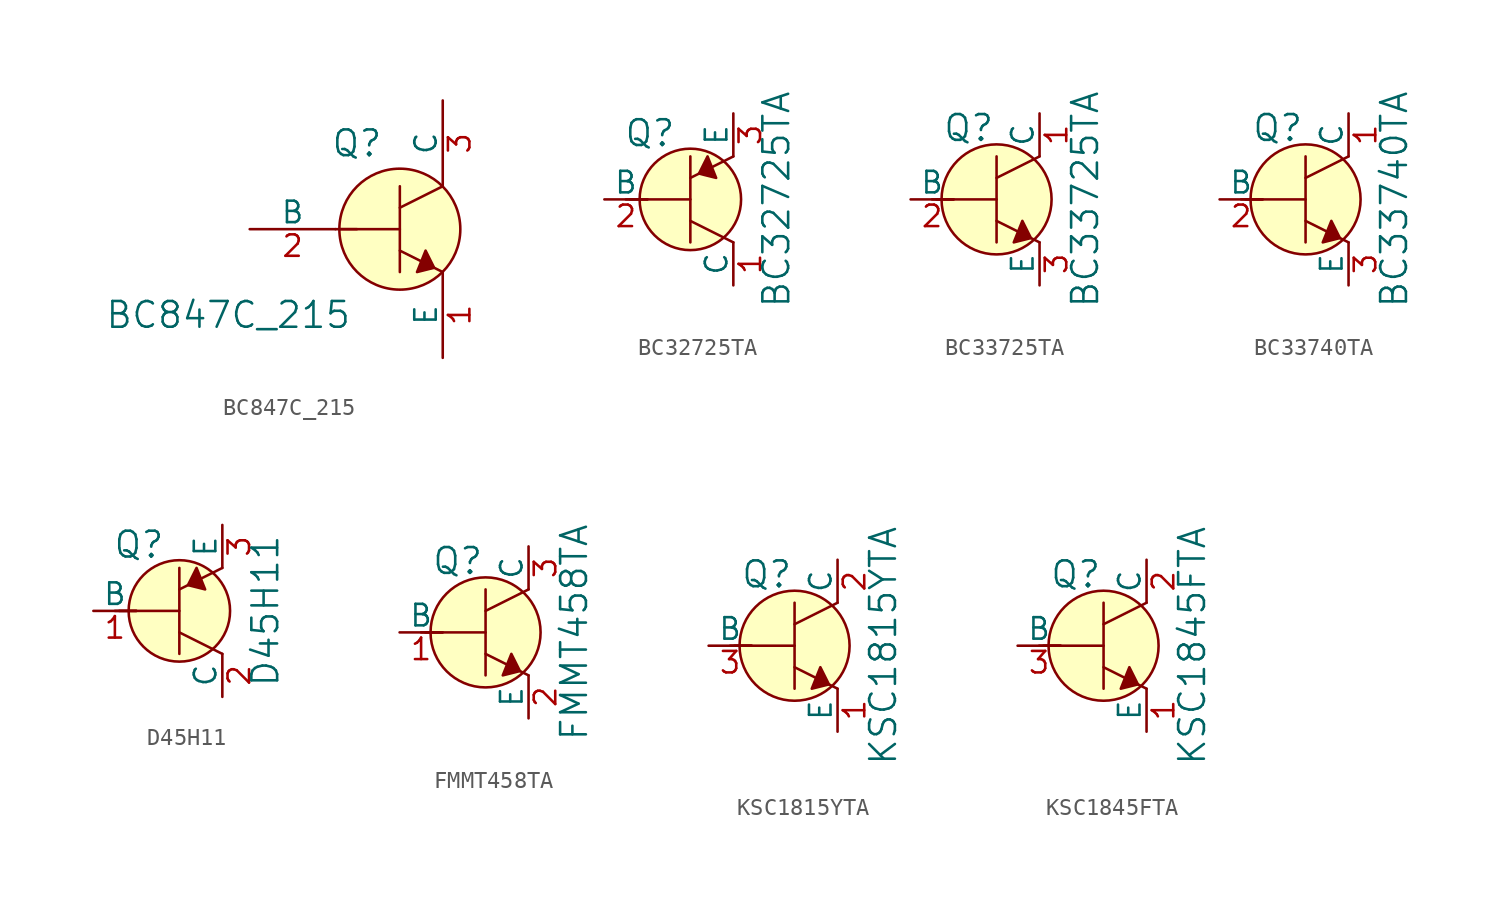
<source format=kicad_sym>
(kicad_symbol_lib
  (version 20201005)
  (generator kicad_symbol_editor)
  (symbol "BC847C_215"
    (pin_names
      (offset 0))
    (property "Reference" "Q"
      (at -2.54 5.08 0)
      (effects (font (size 1.524 1.524))))
    (property "Value" "BC847C_215"
      (at -10.16 -5.08 0)
      (effects (font (size 1.524 1.524))))
    (symbol "BC847C_215_0_1"
      (circle (center 0 0) (radius 3.581) (stroke (width 0)) (fill (type background)))
      (polyline (pts (xy -3.81 0) (xy -2.54 0)) (stroke (width 0)) (fill (type none)))
      (polyline (pts (xy -3.556 0) (xy 0 0)) (stroke (width 0)) (fill (type none)))
      (polyline (pts (xy 0 -1.27) (xy 2.54 -2.54)) (stroke (width 0)) (fill (type none)))
      (polyline (pts (xy 0 1.27) (xy 2.54 2.54)) (stroke (width 0)) (fill (type none)))
      (polyline (pts (xy 0 2.54) (xy 0 -2.54)) (stroke (width 0)) (fill (type none)))
      (polyline (pts (xy 1.524 -1.27) (xy 2.032 -2.286) (xy 1.016 -2.54) (xy 1.524 -1.27)) (stroke (width 0)) (fill (type outline))))
    (symbol "BC847C_215_1_1"
      (pin input line (at 2.54 -7.62 90) (length 5.08) (name "E" (effects (font (size 1.27 1.27)))) (number "1" (effects (font (size 1.27 1.27)))))
      (pin input line (at -8.89 0 0) (length 5.08) (name "B" (effects (font (size 1.27 1.27)))) (number "2" (effects (font (size 1.27 1.27)))))
      (pin input line (at 2.54 7.62 270) (length 5.08) (name "C" (effects (font (size 1.27 1.27)))) (number "3" (effects (font (size 1.27 1.27)))))))
  (symbol "BC32725TA"
    (pin_names
      (offset 0))
    (property "Reference" "Q"
      (at -2.388 3.912 0)
      (effects (font (size 1.524 1.524))))
    (property "Value" "BC32725TA"
      (at 5.08 0 90)
      (effects (font (size 1.524 1.524))))
    (symbol "BC32725TA_0_1"
      (circle (center 0 0) (radius 2.997) (stroke (width 0)) (fill (type background)))
      (polyline (pts (xy -3.81 0) (xy -2.54 0)) (stroke (width 0)) (fill (type none)))
      (polyline (pts (xy -3.556 0) (xy 0 0)) (stroke (width 0)) (fill (type none)))
      (polyline (pts (xy 0 -1.27) (xy 2.54 -2.54)) (stroke (width 0)) (fill (type none)))
      (polyline (pts (xy 0 1.27) (xy 2.54 2.54)) (stroke (width 0)) (fill (type none)))
      (polyline (pts (xy 0 2.54) (xy 0 -2.54)) (stroke (width 0)) (fill (type none)))
      (polyline (pts (xy 1.016 2.54) (xy 0.508 1.524) (xy 1.524 1.27) (xy 1.016 2.54)) (stroke (width 0)) (fill (type outline))))
    (symbol "BC32725TA_1_1"
      (pin passive line (at 2.54 -5.08 90) (length 2.54) (name "C" (effects (font (size 1.27 1.27)))) (number "1" (effects (font (size 1.27 1.27)))))
      (pin input line (at -5.08 0 0) (length 2.54) (name "B" (effects (font (size 1.27 1.27)))) (number "2" (effects (font (size 1.27 1.27)))))
      (pin passive line (at 2.54 5.08 270) (length 2.54) (name "E" (effects (font (size 1.27 1.27)))) (number "3" (effects (font (size 1.27 1.27)))))))
  (symbol "BC33725TA"
    (pin_names
      (offset 0))
    (property "Reference" "Q"
      (at -3.2 4.216 0)
      (effects (font (size 1.524 1.524)) (justify left)))
    (property "Value" "BC33725TA"
      (at 5.232 0 90)
      (effects (font (size 1.524 1.524))))
    (symbol "BC33725TA_0_1"
      (circle (center 0 0) (radius 3.251) (stroke (width 0)) (fill (type background)))
      (polyline (pts (xy -3.81 0) (xy -2.54 0)) (stroke (width 0)) (fill (type none)))
      (polyline (pts (xy -3.556 0) (xy 0 0)) (stroke (width 0)) (fill (type none)))
      (polyline (pts (xy 0 -1.27) (xy 2.54 -2.54)) (stroke (width 0)) (fill (type none)))
      (polyline (pts (xy 0 1.27) (xy 2.54 2.54)) (stroke (width 0)) (fill (type none)))
      (polyline (pts (xy 0 2.54) (xy 0 -2.54)) (stroke (width 0)) (fill (type none)))
      (polyline (pts (xy 1.524 -1.27) (xy 2.032 -2.286) (xy 1.016 -2.54) (xy 1.524 -1.27)) (stroke (width 0)) (fill (type outline))))
    (symbol "BC33725TA_1_1"
      (pin passive line (at 2.54 5.08 270) (length 2.54) (name "C" (effects (font (size 1.27 1.27)))) (number "1" (effects (font (size 1.27 1.27)))))
      (pin input line (at -5.08 0 0) (length 2.54) (name "B" (effects (font (size 1.27 1.27)))) (number "2" (effects (font (size 1.27 1.27)))))
      (pin passive line (at 2.54 -5.08 90) (length 2.54) (name "E" (effects (font (size 1.27 1.27)))) (number "3" (effects (font (size 1.27 1.27)))))))
  (symbol "BC33740TA"
    (pin_names
      (offset 0))
    (property "Reference" "Q"
      (at -3.2 4.216 0)
      (effects (font (size 1.524 1.524)) (justify left)))
    (property "Value" "BC33740TA"
      (at 5.232 0 90)
      (effects (font (size 1.524 1.524))))
    (symbol "BC33740TA_0_1"
      (circle (center 0 0) (radius 3.251) (stroke (width 0)) (fill (type background)))
      (polyline (pts (xy -3.81 0) (xy -2.54 0)) (stroke (width 0)) (fill (type none)))
      (polyline (pts (xy -3.556 0) (xy 0 0)) (stroke (width 0)) (fill (type none)))
      (polyline (pts (xy 0 -1.27) (xy 2.54 -2.54)) (stroke (width 0)) (fill (type none)))
      (polyline (pts (xy 0 1.27) (xy 2.54 2.54)) (stroke (width 0)) (fill (type none)))
      (polyline (pts (xy 0 2.54) (xy 0 -2.54)) (stroke (width 0)) (fill (type none)))
      (polyline (pts (xy 1.524 -1.27) (xy 2.032 -2.286) (xy 1.016 -2.54) (xy 1.524 -1.27)) (stroke (width 0)) (fill (type outline))))
    (symbol "BC33740TA_1_1"
      (pin passive line (at 2.54 5.08 270) (length 2.54) (name "C" (effects (font (size 1.27 1.27)))) (number "1" (effects (font (size 1.27 1.27)))))
      (pin input line (at -5.08 0 0) (length 2.54) (name "B" (effects (font (size 1.27 1.27)))) (number "2" (effects (font (size 1.27 1.27)))))
      (pin passive line (at 2.54 -5.08 90) (length 2.54) (name "E" (effects (font (size 1.27 1.27)))) (number "3" (effects (font (size 1.27 1.27)))))))
  (symbol "D45H11"
    (pin_names
      (offset 0))
    (property "Reference" "Q"
      (at -2.388 3.912 0)
      (effects (font (size 1.524 1.524))))
    (property "Value" "D45H11"
      (at 5.08 0 90)
      (effects (font (size 1.524 1.524))))
    (symbol "D45H11_0_1"
      (circle (center 0 0) (radius 2.997) (stroke (width 0)) (fill (type background)))
      (polyline (pts (xy -3.81 0) (xy -2.54 0)) (stroke (width 0)) (fill (type none)))
      (polyline (pts (xy -3.556 0) (xy 0 0)) (stroke (width 0)) (fill (type none)))
      (polyline (pts (xy 0 -1.27) (xy 2.54 -2.54)) (stroke (width 0)) (fill (type none)))
      (polyline (pts (xy 0 1.27) (xy 2.54 2.54)) (stroke (width 0)) (fill (type none)))
      (polyline (pts (xy 0 2.54) (xy 0 -2.54)) (stroke (width 0)) (fill (type none)))
      (polyline (pts (xy 1.016 2.54) (xy 0.508 1.524) (xy 1.524 1.27) (xy 1.016 2.54)) (stroke (width 0)) (fill (type outline))))
    (symbol "D45H11_1_1"
      (pin input line (at -5.08 0 0) (length 2.54) (name "B" (effects (font (size 1.27 1.27)))) (number "1" (effects (font (size 1.27 1.27)))))
      (pin passive line (at 2.54 -5.08 90) (length 2.54) (name "C" (effects (font (size 1.27 1.27)))) (number "2" (effects (font (size 1.27 1.27)))))
      (pin passive line (at 2.54 5.08 270) (length 2.54) (name "E" (effects (font (size 1.27 1.27)))) (number "3" (effects (font (size 1.27 1.27)))))))
  (symbol "FMMT458TA"
    (pin_names
      (offset 0))
    (property "Reference" "Q"
      (at -3.2 4.216 0)
      (effects (font (size 1.524 1.524)) (justify left)))
    (property "Value" "FMMT458TA"
      (at 5.232 0 90)
      (effects (font (size 1.524 1.524))))
    (symbol "FMMT458TA_0_1"
      (circle (center 0 0) (radius 3.251) (stroke (width 0)) (fill (type background)))
      (polyline (pts (xy -3.81 0) (xy -2.54 0)) (stroke (width 0)) (fill (type none)))
      (polyline (pts (xy -3.556 0) (xy 0 0)) (stroke (width 0)) (fill (type none)))
      (polyline (pts (xy 0 -1.27) (xy 2.54 -2.54)) (stroke (width 0)) (fill (type none)))
      (polyline (pts (xy 0 1.27) (xy 2.54 2.54)) (stroke (width 0)) (fill (type none)))
      (polyline (pts (xy 0 2.54) (xy 0 -2.54)) (stroke (width 0)) (fill (type none)))
      (polyline (pts (xy 1.524 -1.27) (xy 2.032 -2.286) (xy 1.016 -2.54) (xy 1.524 -1.27)) (stroke (width 0)) (fill (type outline))))
    (symbol "FMMT458TA_1_1"
      (pin input line (at -5.08 0 0) (length 2.54) (name "B" (effects (font (size 1.27 1.27)))) (number "1" (effects (font (size 1.27 1.27)))))
      (pin passive line (at 2.54 -5.08 90) (length 2.54) (name "E" (effects (font (size 1.27 1.27)))) (number "2" (effects (font (size 1.27 1.27)))))
      (pin passive line (at 2.54 5.08 270) (length 2.54) (name "C" (effects (font (size 1.27 1.27)))) (number "3" (effects (font (size 1.27 1.27)))))))
  (symbol "KSC1815YTA"
    (pin_names
      (offset 0))
    (property "Reference" "Q"
      (at -3.2 4.216 0)
      (effects (font (size 1.524 1.524)) (justify left)))
    (property "Value" "KSC1815YTA"
      (at 5.232 0 90)
      (effects (font (size 1.524 1.524))))
    (symbol "KSC1815YTA_0_1"
      (circle (center 0 0) (radius 3.251) (stroke (width 0)) (fill (type background)))
      (polyline (pts (xy -3.81 0) (xy -2.54 0)) (stroke (width 0)) (fill (type none)))
      (polyline (pts (xy -3.556 0) (xy 0 0)) (stroke (width 0)) (fill (type none)))
      (polyline (pts (xy 0 -1.27) (xy 2.54 -2.54)) (stroke (width 0)) (fill (type none)))
      (polyline (pts (xy 0 1.27) (xy 2.54 2.54)) (stroke (width 0)) (fill (type none)))
      (polyline (pts (xy 0 2.54) (xy 0 -2.54)) (stroke (width 0)) (fill (type none)))
      (polyline (pts (xy 1.524 -1.27) (xy 2.032 -2.286) (xy 1.016 -2.54) (xy 1.524 -1.27)) (stroke (width 0)) (fill (type outline))))
    (symbol "KSC1815YTA_1_1"
      (pin passive line (at 2.54 -5.08 90) (length 2.54) (name "E" (effects (font (size 1.27 1.27)))) (number "1" (effects (font (size 1.27 1.27)))))
      (pin passive line (at 2.54 5.08 270) (length 2.54) (name "C" (effects (font (size 1.27 1.27)))) (number "2" (effects (font (size 1.27 1.27)))))
      (pin input line (at -5.08 0 0) (length 2.54) (name "B" (effects (font (size 1.27 1.27)))) (number "3" (effects (font (size 1.27 1.27)))))))
  (symbol "KSC1845FTA"
    (pin_names
      (offset 0))
    (property "Reference" "Q"
      (at -3.2 4.216 0)
      (effects (font (size 1.524 1.524)) (justify left)))
    (property "Value" "KSC1845FTA"
      (at 5.232 0 90)
      (effects (font (size 1.524 1.524))))
    (symbol "KSC1845FTA_0_1"
      (circle (center 0 0) (radius 3.251) (stroke (width 0)) (fill (type background)))
      (polyline (pts (xy -3.81 0) (xy -2.54 0)) (stroke (width 0)) (fill (type none)))
      (polyline (pts (xy -3.556 0) (xy 0 0)) (stroke (width 0)) (fill (type none)))
      (polyline (pts (xy 0 -1.27) (xy 2.54 -2.54)) (stroke (width 0)) (fill (type none)))
      (polyline (pts (xy 0 1.27) (xy 2.54 2.54)) (stroke (width 0)) (fill (type none)))
      (polyline (pts (xy 0 2.54) (xy 0 -2.54)) (stroke (width 0)) (fill (type none)))
      (polyline (pts (xy 1.524 -1.27) (xy 2.032 -2.286) (xy 1.016 -2.54) (xy 1.524 -1.27)) (stroke (width 0)) (fill (type outline))))
    (symbol "KSC1845FTA_1_1"
      (pin passive line (at 2.54 -5.08 90) (length 2.54) (name "E" (effects (font (size 1.27 1.27)))) (number "1" (effects (font (size 1.27 1.27)))))
      (pin passive line (at 2.54 5.08 270) (length 2.54) (name "C" (effects (font (size 1.27 1.27)))) (number "2" (effects (font (size 1.27 1.27)))))
      (pin input line (at -5.08 0 0) (length 2.54) (name "B" (effects (font (size 1.27 1.27)))) (number "3" (effects (font (size 1.27 1.27))))))))
</source>
